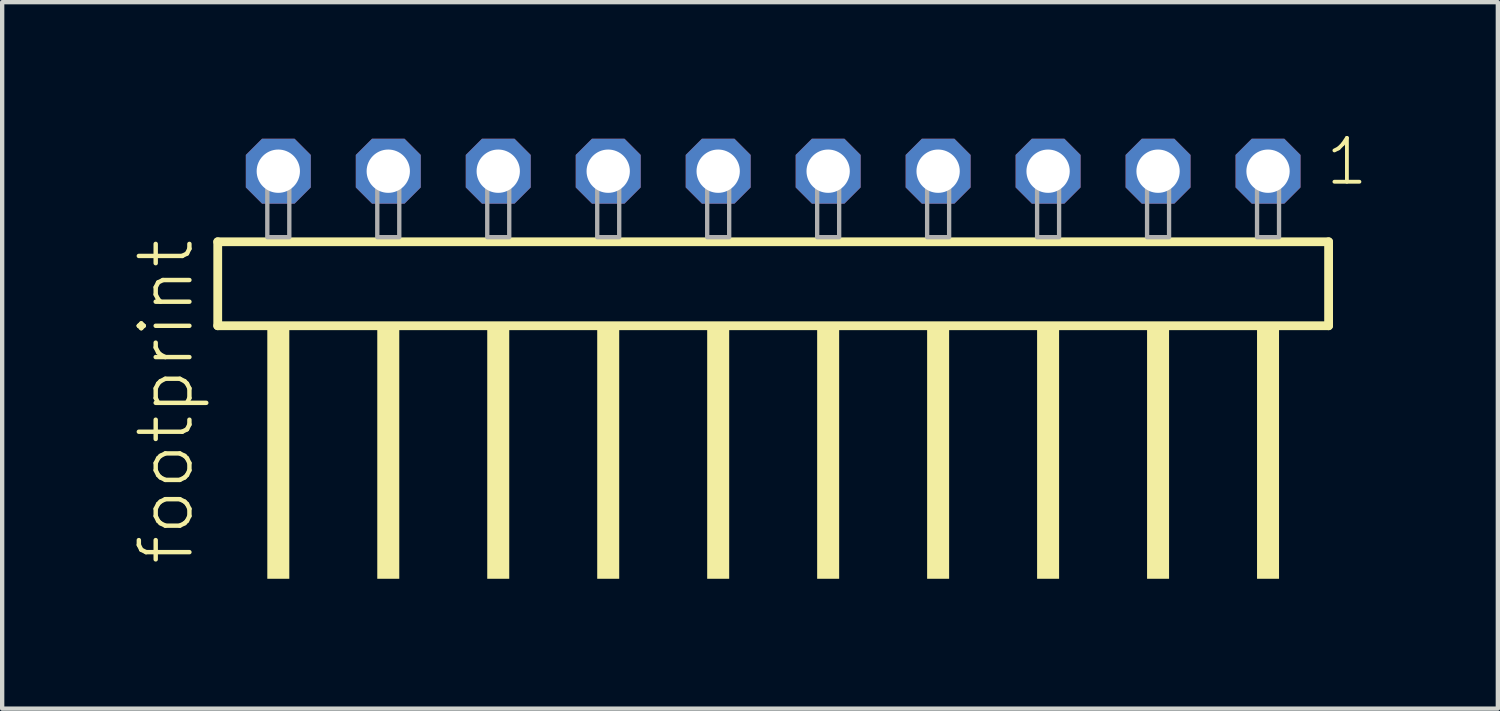
<source format=kicad_pcb>
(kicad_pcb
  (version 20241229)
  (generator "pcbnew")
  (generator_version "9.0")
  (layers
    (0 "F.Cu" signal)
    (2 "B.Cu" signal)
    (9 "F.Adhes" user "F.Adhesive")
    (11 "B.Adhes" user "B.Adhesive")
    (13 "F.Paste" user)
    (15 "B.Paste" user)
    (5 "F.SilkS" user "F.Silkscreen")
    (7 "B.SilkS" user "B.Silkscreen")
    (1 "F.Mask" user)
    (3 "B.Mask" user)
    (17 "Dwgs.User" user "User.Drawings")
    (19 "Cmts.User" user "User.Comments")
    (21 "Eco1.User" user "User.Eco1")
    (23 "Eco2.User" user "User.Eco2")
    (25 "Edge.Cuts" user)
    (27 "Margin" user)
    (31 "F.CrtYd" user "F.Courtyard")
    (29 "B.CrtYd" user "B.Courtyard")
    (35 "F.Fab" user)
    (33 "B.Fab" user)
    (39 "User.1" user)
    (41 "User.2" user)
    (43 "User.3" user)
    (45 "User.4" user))
  (footprint "footprint"
    (layer "F.Cu")
    (at 14.808 2.428)
    (property "Reference" "footprint" (at -13.335 7.62 90) (layer "F.SilkS") (effects (font (size 1.168 1.168) (thickness 0.102)) (justify left bottom)))
    (fp_line (start -12.829 0.106) (end -12.829 2.046) (stroke (width 0.203) (type solid)) (layer "F.SilkS"))
    (fp_line (start -12.829 2.046) (end 12.829 2.046) (stroke (width 0.203) (type solid)) (layer "F.SilkS"))
    (fp_line (start 12.829 0.106) (end -12.829 0.106) (stroke (width 0.203) (type solid)) (layer "F.SilkS"))
    (fp_line (start 12.829 2.046) (end 12.829 0.106) (stroke (width 0.203) (type solid)) (layer "F.SilkS"))
    (fp_poly (pts (xy -11.684 7.89) (xy -11.176 7.89) (xy -11.176 2.04) (xy -11.684 2.04)) (stroke (width 0) (type solid)) (fill yes) (layer "F.SilkS"))
    (fp_poly (pts (xy -9.144 7.89) (xy -8.636 7.89) (xy -8.636 2.04) (xy -9.144 2.04)) (stroke (width 0) (type solid)) (fill yes) (layer "F.SilkS"))
    (fp_poly (pts (xy -6.604 7.89) (xy -6.096 7.89) (xy -6.096 2.04) (xy -6.604 2.04)) (stroke (width 0) (type solid)) (fill yes) (layer "F.SilkS"))
    (fp_poly (pts (xy -4.064 7.89) (xy -3.556 7.89) (xy -3.556 2.04) (xy -4.064 2.04)) (stroke (width 0) (type solid)) (fill yes) (layer "F.SilkS"))
    (fp_poly (pts (xy -1.524 7.89) (xy -1.016 7.89) (xy -1.016 2.04) (xy -1.524 2.04)) (stroke (width 0) (type solid)) (fill yes) (layer "F.SilkS"))
    (fp_poly (pts (xy 1.016 7.89) (xy 1.524 7.89) (xy 1.524 2.04) (xy 1.016 2.04)) (stroke (width 0) (type solid)) (fill yes) (layer "F.SilkS"))
    (fp_poly (pts (xy 3.556 7.89) (xy 4.064 7.89) (xy 4.064 2.04) (xy 3.556 2.04)) (stroke (width 0) (type solid)) (fill yes) (layer "F.SilkS"))
    (fp_poly (pts (xy 6.096 7.89) (xy 6.604 7.89) (xy 6.604 2.04) (xy 6.096 2.04)) (stroke (width 0) (type solid)) (fill yes) (layer "F.SilkS"))
    (fp_poly (pts (xy 8.636 7.89) (xy 9.144 7.89) (xy 9.144 2.04) (xy 8.636 2.04)) (stroke (width 0) (type solid)) (fill yes) (layer "F.SilkS"))
    (fp_poly (pts (xy 11.176 7.89) (xy 11.684 7.89) (xy 11.684 2.04) (xy 11.176 2.04)) (stroke (width 0) (type solid)) (fill yes) (layer "F.SilkS"))
    (fp_poly (pts (xy -11.684 0) (xy -11.176 0) (xy -11.176 -1.778) (xy -11.684 -1.778)) (stroke (width 0.1) (type solid)) (fill no) (layer "F.Fab"))
    (fp_poly (pts (xy -9.144 0) (xy -8.636 0) (xy -8.636 -1.778) (xy -9.144 -1.778)) (stroke (width 0.1) (type solid)) (fill no) (layer "F.Fab"))
    (fp_poly (pts (xy -6.604 0) (xy -6.096 0) (xy -6.096 -1.778) (xy -6.604 -1.778)) (stroke (width 0.1) (type solid)) (fill no) (layer "F.Fab"))
    (fp_poly (pts (xy -4.064 0) (xy -3.556 0) (xy -3.556 -1.778) (xy -4.064 -1.778)) (stroke (width 0.1) (type solid)) (fill no) (layer "F.Fab"))
    (fp_poly (pts (xy -1.524 0) (xy -1.016 0) (xy -1.016 -1.778) (xy -1.524 -1.778)) (stroke (width 0.1) (type solid)) (fill no) (layer "F.Fab"))
    (fp_poly (pts (xy 1.016 0) (xy 1.524 0) (xy 1.524 -1.778) (xy 1.016 -1.778)) (stroke (width 0.1) (type solid)) (fill no) (layer "F.Fab"))
    (fp_poly (pts (xy 3.556 0) (xy 4.064 0) (xy 4.064 -1.778) (xy 3.556 -1.778)) (stroke (width 0.1) (type solid)) (fill no) (layer "F.Fab"))
    (fp_poly (pts (xy 6.096 0) (xy 6.604 0) (xy 6.604 -1.778) (xy 6.096 -1.778)) (stroke (width 0.1) (type solid)) (fill no) (layer "F.Fab"))
    (fp_poly (pts (xy 8.636 0) (xy 9.144 0) (xy 9.144 -1.778) (xy 8.636 -1.778)) (stroke (width 0.1) (type solid)) (fill no) (layer "F.Fab"))
    (fp_poly (pts (xy 11.176 0) (xy 11.684 0) (xy 11.684 -1.778) (xy 11.176 -1.778)) (stroke (width 0.1) (type solid)) (fill no) (layer "F.Fab"))
    (fp_text user "1" (at 12.712 -1.152 0) (layer "F.SilkS") (effects (font (size 1.012 1.012) (thickness 0.088)) (justify left bottom)))
    (pad "1" thru_hole roundrect (at 11.43 -1.524 180) (size 1.5 1.5) (drill 1) (layers "*.Cu" "*.Mask") (roundrect_rratio 0.25) (chamfer_ratio 0.25) (chamfer top_left top_right bottom_left bottom_right))
    (pad "2" thru_hole roundrect (at 8.89 -1.524 180) (size 1.5 1.5) (drill 1) (layers "*.Cu" "*.Mask") (roundrect_rratio 0.25) (chamfer_ratio 0.25) (chamfer top_left top_right bottom_left bottom_right))
    (pad "3" thru_hole roundrect (at 6.35 -1.524 180) (size 1.5 1.5) (drill 1) (layers "*.Cu" "*.Mask") (roundrect_rratio 0.25) (chamfer_ratio 0.25) (chamfer top_left top_right bottom_left bottom_right))
    (pad "4" thru_hole roundrect (at 3.81 -1.524 180) (size 1.5 1.5) (drill 1) (layers "*.Cu" "*.Mask") (roundrect_rratio 0.25) (chamfer_ratio 0.25) (chamfer top_left top_right bottom_left bottom_right))
    (pad "5" thru_hole roundrect (at 1.27 -1.524 180) (size 1.5 1.5) (drill 1) (layers "*.Cu" "*.Mask") (roundrect_rratio 0.25) (chamfer_ratio 0.25) (chamfer top_left top_right bottom_left bottom_right))
    (pad "6" thru_hole roundrect (at -1.27 -1.524 180) (size 1.5 1.5) (drill 1) (layers "*.Cu" "*.Mask") (roundrect_rratio 0.25) (chamfer_ratio 0.25) (chamfer top_left top_right bottom_left bottom_right))
    (pad "7" thru_hole roundrect (at -3.81 -1.524 180) (size 1.5 1.5) (drill 1) (layers "*.Cu" "*.Mask") (roundrect_rratio 0.25) (chamfer_ratio 0.25) (chamfer top_left top_right bottom_left bottom_right))
    (pad "8" thru_hole roundrect (at -6.35 -1.524 180) (size 1.5 1.5) (drill 1) (layers "*.Cu" "*.Mask") (roundrect_rratio 0.25) (chamfer_ratio 0.25) (chamfer top_left top_right bottom_left bottom_right))
    (pad "9" thru_hole roundrect (at -8.89 -1.524 180) (size 1.5 1.5) (drill 1) (layers "*.Cu" "*.Mask") (roundrect_rratio 0.25) (chamfer_ratio 0.25) (chamfer top_left top_right bottom_left bottom_right))
    (pad "10" thru_hole roundrect (at -11.43 -1.524 180) (size 1.5 1.5) (drill 1) (layers "*.Cu" "*.Mask") (roundrect_rratio 0.25) (chamfer_ratio 0.25) (chamfer top_left top_right bottom_left bottom_right)))
  (gr_rect
    (start -3 -3)
    (end 31.546 13.318)
    (stroke (width 0.1) (type default))
    (fill no)
    (layer "Edge.Cuts")))
</source>
